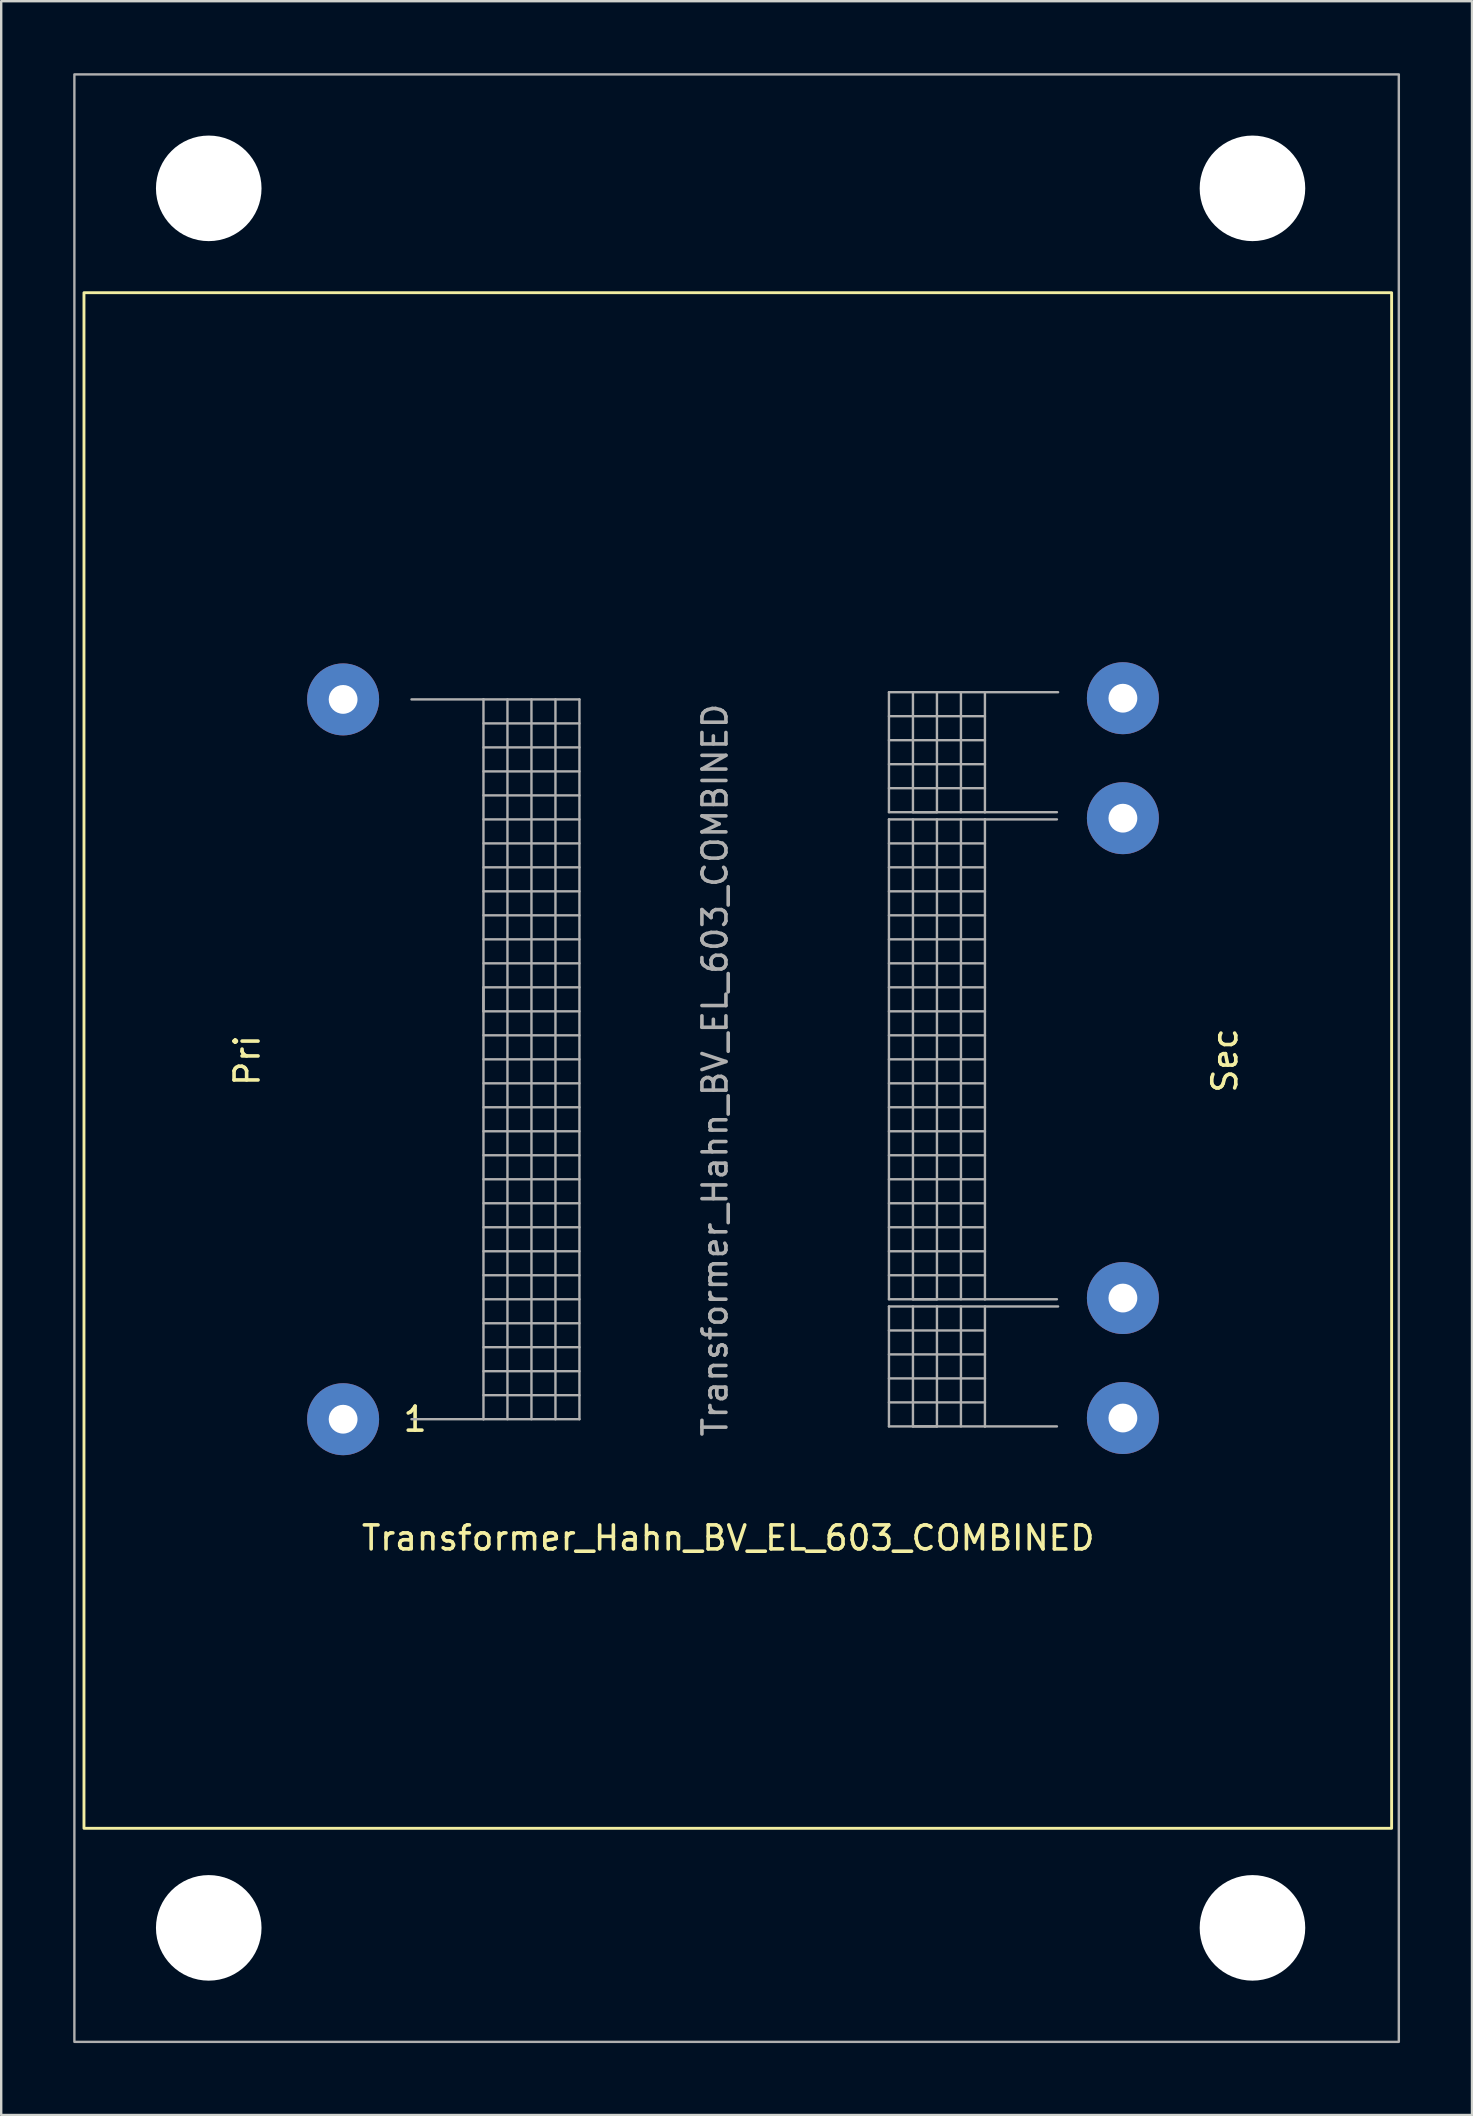
<source format=kicad_pcb>
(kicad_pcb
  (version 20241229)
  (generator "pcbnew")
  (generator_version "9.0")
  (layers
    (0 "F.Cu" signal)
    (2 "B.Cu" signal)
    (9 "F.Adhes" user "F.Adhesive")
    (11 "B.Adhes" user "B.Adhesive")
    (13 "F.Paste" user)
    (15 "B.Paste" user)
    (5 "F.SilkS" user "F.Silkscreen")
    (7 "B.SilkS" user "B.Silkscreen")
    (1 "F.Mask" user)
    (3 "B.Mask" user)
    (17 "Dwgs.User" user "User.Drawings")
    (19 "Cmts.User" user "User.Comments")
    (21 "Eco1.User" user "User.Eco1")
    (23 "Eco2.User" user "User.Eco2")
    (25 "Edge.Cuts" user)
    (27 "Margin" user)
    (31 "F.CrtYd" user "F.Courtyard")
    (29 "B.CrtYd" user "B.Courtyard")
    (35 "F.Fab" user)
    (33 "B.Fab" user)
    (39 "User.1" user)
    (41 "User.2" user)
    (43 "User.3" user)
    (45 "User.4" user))
  (footprint "Transformer_Hahn_BV_EL_603_COMBINED"
    (layer "F.Cu")
    (at 27.3 61.55)
    (property "Reference" "Transformer_Hahn_BV_EL_603_COMBINED" (at 0 -0.5 0) (unlocked yes) (layer "F.SilkS") (effects (font (size 1 1) (thickness 0.15))))
    (attr through_hole)
    (fp_rect (start -26.85 -52.4) (end 27.65 11.6) (stroke (width 0.12) (type default)) (fill no) (layer "F.SilkS"))
    (fp_line (start -13.2 -35.45) (end -10.2 -35.45) (stroke (width 0.1) (type solid)) (layer "F.Fab"))
    (fp_line (start -10.2 -35.45) (end -10.2 -5.45) (stroke (width 0.1) (type solid)) (layer "F.Fab"))
    (fp_line (start -10.2 -35.45) (end -6.2 -35.45) (stroke (width 0.1) (type solid)) (layer "F.Fab"))
    (fp_line (start -10.2 -34.45) (end -6.2 -34.45) (stroke (width 0.1) (type solid)) (layer "F.Fab"))
    (fp_line (start -10.2 -32.45) (end -6.2 -32.45) (stroke (width 0.1) (type solid)) (layer "F.Fab"))
    (fp_line (start -10.2 -30.45) (end -6.2 -30.45) (stroke (width 0.1) (type solid)) (layer "F.Fab"))
    (fp_line (start -10.2 -28.45) (end -6.2 -28.45) (stroke (width 0.1) (type solid)) (layer "F.Fab"))
    (fp_line (start -10.2 -26.45) (end -6.2 -26.45) (stroke (width 0.1) (type solid)) (layer "F.Fab"))
    (fp_line (start -10.2 -24.45) (end -6.2 -24.45) (stroke (width 0.1) (type solid)) (layer "F.Fab"))
    (fp_line (start -10.2 -23.45) (end -10.2 -22.45) (stroke (width 0.1) (type solid)) (layer "F.Fab"))
    (fp_line (start -10.2 -22.45) (end -6.2 -22.45) (stroke (width 0.1) (type solid)) (layer "F.Fab"))
    (fp_line (start -10.2 -20.45) (end -6.2 -20.45) (stroke (width 0.1) (type solid)) (layer "F.Fab"))
    (fp_line (start -10.2 -18.45) (end -6.2 -18.45) (stroke (width 0.1) (type solid)) (layer "F.Fab"))
    (fp_line (start -10.2 -16.45) (end -6.2 -16.45) (stroke (width 0.1) (type solid)) (layer "F.Fab"))
    (fp_line (start -10.2 -14.45) (end -6.2 -14.45) (stroke (width 0.1) (type solid)) (layer "F.Fab"))
    (fp_line (start -10.2 -12.45) (end -6.2 -12.45) (stroke (width 0.1) (type solid)) (layer "F.Fab"))
    (fp_line (start -10.2 -10.45) (end -6.2 -10.45) (stroke (width 0.1) (type solid)) (layer "F.Fab"))
    (fp_line (start -10.2 -8.45) (end -6.2 -8.45) (stroke (width 0.1) (type solid)) (layer "F.Fab"))
    (fp_line (start -10.2 -6.45) (end -6.2 -6.45) (stroke (width 0.1) (type solid)) (layer "F.Fab"))
    (fp_line (start -10.2 -5.45) (end -13.2 -5.45) (stroke (width 0.1) (type solid)) (layer "F.Fab"))
    (fp_line (start -9.2 -5.45) (end -9.2 -35.45) (stroke (width 0.1) (type solid)) (layer "F.Fab"))
    (fp_line (start -8.2 -35.45) (end -8.2 -5.45) (stroke (width 0.1) (type solid)) (layer "F.Fab"))
    (fp_line (start -7.2 -5.45) (end -7.2 -35.45) (stroke (width 0.1) (type solid)) (layer "F.Fab"))
    (fp_line (start -6.2 -35.45) (end -6.2 -5.45) (stroke (width 0.1) (type solid)) (layer "F.Fab"))
    (fp_line (start -6.2 -33.45) (end -10.2 -33.45) (stroke (width 0.1) (type solid)) (layer "F.Fab"))
    (fp_line (start -6.2 -31.45) (end -10.2 -31.45) (stroke (width 0.1) (type solid)) (layer "F.Fab"))
    (fp_line (start -6.2 -29.45) (end -10.2 -29.45) (stroke (width 0.1) (type solid)) (layer "F.Fab"))
    (fp_line (start -6.2 -27.45) (end -10.2 -27.45) (stroke (width 0.1) (type solid)) (layer "F.Fab"))
    (fp_line (start -6.2 -25.45) (end -10.2 -25.45) (stroke (width 0.1) (type solid)) (layer "F.Fab"))
    (fp_line (start -6.2 -23.45) (end -10.2 -23.45) (stroke (width 0.1) (type solid)) (layer "F.Fab"))
    (fp_line (start -6.2 -21.45) (end -10.2 -21.45) (stroke (width 0.1) (type solid)) (layer "F.Fab"))
    (fp_line (start -6.2 -19.45) (end -10.2 -19.45) (stroke (width 0.1) (type solid)) (layer "F.Fab"))
    (fp_line (start -6.2 -17.45) (end -10.2 -17.45) (stroke (width 0.1) (type solid)) (layer "F.Fab"))
    (fp_line (start -6.2 -15.45) (end -10.2 -15.45) (stroke (width 0.1) (type solid)) (layer "F.Fab"))
    (fp_line (start -6.2 -13.45) (end -10.2 -13.45) (stroke (width 0.1) (type solid)) (layer "F.Fab"))
    (fp_line (start -6.2 -11.45) (end -10.2 -11.45) (stroke (width 0.1) (type solid)) (layer "F.Fab"))
    (fp_line (start -6.2 -9.45) (end -10.2 -9.45) (stroke (width 0.1) (type solid)) (layer "F.Fab"))
    (fp_line (start -6.2 -7.45) (end -10.2 -7.45) (stroke (width 0.1) (type solid)) (layer "F.Fab"))
    (fp_line (start -6.2 -5.45) (end -10.2 -5.45) (stroke (width 0.1) (type solid)) (layer "F.Fab"))
    (fp_line (start 6.7 -35.75) (end 6.7 -30.75) (stroke (width 0.1) (type solid)) (layer "F.Fab"))
    (fp_line (start 6.7 -35.75) (end 10.7 -35.75) (stroke (width 0.1) (type solid)) (layer "F.Fab"))
    (fp_line (start 6.7 -33.75) (end 10.7 -33.75) (stroke (width 0.1) (type solid)) (layer "F.Fab"))
    (fp_line (start 6.7 -31.75) (end 10.7 -31.75) (stroke (width 0.1) (type solid)) (layer "F.Fab"))
    (fp_line (start 6.7 -30.75) (end 10.7 -30.75) (stroke (width 0.1) (type solid)) (layer "F.Fab"))
    (fp_line (start 6.7 -30.45) (end 6.7 -10.45) (stroke (width 0.1) (type solid)) (layer "F.Fab"))
    (fp_line (start 6.7 -29.45) (end 10.7 -29.45) (stroke (width 0.1) (type solid)) (layer "F.Fab"))
    (fp_line (start 6.7 -27.45) (end 10.7 -27.45) (stroke (width 0.1) (type solid)) (layer "F.Fab"))
    (fp_line (start 6.7 -25.45) (end 10.7 -25.45) (stroke (width 0.1) (type solid)) (layer "F.Fab"))
    (fp_line (start 6.7 -23.45) (end 10.7 -23.45) (stroke (width 0.1) (type solid)) (layer "F.Fab"))
    (fp_line (start 6.7 -21.45) (end 10.7 -21.45) (stroke (width 0.1) (type solid)) (layer "F.Fab"))
    (fp_line (start 6.7 -19.45) (end 10.7 -19.45) (stroke (width 0.1) (type solid)) (layer "F.Fab"))
    (fp_line (start 6.7 -17.45) (end 10.7 -17.45) (stroke (width 0.1) (type solid)) (layer "F.Fab"))
    (fp_line (start 6.7 -15.45) (end 10.7 -15.45) (stroke (width 0.1) (type solid)) (layer "F.Fab"))
    (fp_line (start 6.7 -13.45) (end 10.7 -13.45) (stroke (width 0.1) (type solid)) (layer "F.Fab"))
    (fp_line (start 6.7 -11.45) (end 10.7 -11.45) (stroke (width 0.1) (type solid)) (layer "F.Fab"))
    (fp_line (start 6.7 -10.45) (end 10.7 -10.45) (stroke (width 0.1) (type solid)) (layer "F.Fab"))
    (fp_line (start 6.7 -10.15) (end 6.7 -5.15) (stroke (width 0.1) (type solid)) (layer "F.Fab"))
    (fp_line (start 6.7 -10.15) (end 10.7 -10.15) (stroke (width 0.1) (type solid)) (layer "F.Fab"))
    (fp_line (start 6.7 -8.15) (end 10.7 -8.15) (stroke (width 0.1) (type solid)) (layer "F.Fab"))
    (fp_line (start 6.7 -6.15) (end 10.7 -6.15) (stroke (width 0.1) (type solid)) (layer "F.Fab"))
    (fp_line (start 6.7 -5.15) (end 10.7 -5.15) (stroke (width 0.1) (type solid)) (layer "F.Fab"))
    (fp_line (start 7.7 -30.75) (end 7.7 -35.75) (stroke (width 0.1) (type solid)) (layer "F.Fab"))
    (fp_line (start 7.7 -10.45) (end 7.7 -30.45) (stroke (width 0.1) (type solid)) (layer "F.Fab"))
    (fp_line (start 7.7 -5.15) (end 7.7 -10.15) (stroke (width 0.1) (type solid)) (layer "F.Fab"))
    (fp_line (start 8.7 -35.75) (end 8.7 -30.75) (stroke (width 0.1) (type solid)) (layer "F.Fab"))
    (fp_line (start 8.7 -30.75) (end 7.7 -30.75) (stroke (width 0.1) (type solid)) (layer "F.Fab"))
    (fp_line (start 8.7 -30.45) (end 8.7 -10.45) (stroke (width 0.1) (type solid)) (layer "F.Fab"))
    (fp_line (start 8.7 -10.45) (end 7.7 -10.45) (stroke (width 0.1) (type solid)) (layer "F.Fab"))
    (fp_line (start 8.7 -10.15) (end 8.7 -5.15) (stroke (width 0.1) (type solid)) (layer "F.Fab"))
    (fp_line (start 8.7 -5.15) (end 7.7 -5.15) (stroke (width 0.1) (type solid)) (layer "F.Fab"))
    (fp_line (start 9.7 -30.75) (end 9.7 -35.75) (stroke (width 0.1) (type solid)) (layer "F.Fab"))
    (fp_line (start 9.7 -10.45) (end 9.7 -30.45) (stroke (width 0.1) (type solid)) (layer "F.Fab"))
    (fp_line (start 9.7 -5.15) (end 9.7 -10.15) (stroke (width 0.1) (type solid)) (layer "F.Fab"))
    (fp_line (start 10.7 -35.75) (end 10.7 -30.75) (stroke (width 0.1) (type solid)) (layer "F.Fab"))
    (fp_line (start 10.7 -34.75) (end 6.7 -34.75) (stroke (width 0.1) (type solid)) (layer "F.Fab"))
    (fp_line (start 10.7 -32.75) (end 6.7 -32.75) (stroke (width 0.1) (type solid)) (layer "F.Fab"))
    (fp_line (start 10.7 -30.75) (end 13.7 -30.75) (stroke (width 0.1) (type solid)) (layer "F.Fab"))
    (fp_line (start 10.7 -30.45) (end 6.7 -30.45) (stroke (width 0.1) (type solid)) (layer "F.Fab"))
    (fp_line (start 10.7 -30.45) (end 10.7 -10.45) (stroke (width 0.1) (type solid)) (layer "F.Fab"))
    (fp_line (start 10.7 -28.45) (end 6.7 -28.45) (stroke (width 0.1) (type solid)) (layer "F.Fab"))
    (fp_line (start 10.7 -26.45) (end 6.7 -26.45) (stroke (width 0.1) (type solid)) (layer "F.Fab"))
    (fp_line (start 10.7 -24.45) (end 6.7 -24.45) (stroke (width 0.1) (type solid)) (layer "F.Fab"))
    (fp_line (start 10.7 -22.45) (end 6.7 -22.45) (stroke (width 0.1) (type solid)) (layer "F.Fab"))
    (fp_line (start 10.7 -20.45) (end 6.7 -20.45) (stroke (width 0.1) (type solid)) (layer "F.Fab"))
    (fp_line (start 10.7 -18.45) (end 6.7 -18.45) (stroke (width 0.1) (type solid)) (layer "F.Fab"))
    (fp_line (start 10.7 -16.45) (end 6.7 -16.45) (stroke (width 0.1) (type solid)) (layer "F.Fab"))
    (fp_line (start 10.7 -14.45) (end 6.7 -14.45) (stroke (width 0.1) (type solid)) (layer "F.Fab"))
    (fp_line (start 10.7 -12.45) (end 6.7 -12.45) (stroke (width 0.1) (type solid)) (layer "F.Fab"))
    (fp_line (start 10.7 -10.45) (end 13.7 -10.45) (stroke (width 0.1) (type solid)) (layer "F.Fab"))
    (fp_line (start 10.7 -10.15) (end 10.7 -5.15) (stroke (width 0.1) (type solid)) (layer "F.Fab"))
    (fp_line (start 10.7 -9.15) (end 6.7 -9.15) (stroke (width 0.1) (type solid)) (layer "F.Fab"))
    (fp_line (start 10.7 -7.15) (end 6.7 -7.15) (stroke (width 0.1) (type solid)) (layer "F.Fab"))
    (fp_line (start 10.7 -5.15) (end 13.7 -5.15) (stroke (width 0.1) (type solid)) (layer "F.Fab"))
    (fp_line (start 13.7 -30.45) (end 10.7 -30.45) (stroke (width 0.1) (type solid)) (layer "F.Fab"))
    (fp_line (start 13.75 -35.75) (end 10.75 -35.75) (stroke (width 0.1) (type solid)) (layer "F.Fab"))
    (fp_line (start 13.75 -10.15) (end 10.75 -10.15) (stroke (width 0.1) (type solid)) (layer "F.Fab"))
    (fp_rect (start -27.25 -61.5) (end 27.95 20.5) (stroke (width 0.1) (type default)) (fill no) (layer "F.Fab"))
    (fp_text user "Pri" (at -20.05 -20.4 90) (layer "F.SilkS") (effects (font (size 1 1) (thickness 0.15))))
    (fp_text user "Sec" (at 20.7 -20.4 90) (layer "F.SilkS") (effects (font (size 1 1) (thickness 0.15))))
    (fp_text user "1" (at -13.05 -5.45 0) (layer "F.SilkS") (effects (font (size 1 1) (thickness 0.15))))
    (fp_text user "${REFERENCE}" (at -0.55 -20 90) (layer "F.Fab") (effects (font (size 1 1) (thickness 0.15))))
    (pad "" np_thru_hole circle (at -21.65 -56.75) (size 4.4 4.4) (drill 4.4) (layers "*.Cu" "*.Mask"))
    (pad "" np_thru_hole circle (at -21.65 15.75) (size 4.4 4.4) (drill 4.4) (layers "*.Cu" "*.Mask"))
    (pad "" np_thru_hole circle (at 21.85 -56.75) (size 4.4 4.4) (drill 4.4) (layers "*.Cu" "*.Mask"))
    (pad "" np_thru_hole circle (at 21.85 15.75) (size 4.4 4.4) (drill 4.4) (layers "*.Cu" "*.Mask"))
    (pad "1" thru_hole circle (at -16.05 -5.45) (size 3 3) (drill 1.2) (layers "*.Cu" "*.Mask"))
    (pad "7" thru_hole circle (at -16.05 -35.45) (size 3 3) (drill 1.2) (layers "*.Cu" "*.Mask"))
    (pad "8" thru_hole circle (at 16.45 -35.5) (size 3 3) (drill 1.2) (layers "*.Cu" "*.Mask"))
    (pad "9" thru_hole circle (at 16.45 -30.5) (size 3 3) (drill 1.2) (layers "*.Cu" "*.Mask"))
    (pad "13" thru_hole circle (at 16.45 -10.5) (size 3 3) (drill 1.2) (layers "*.Cu" "*.Mask"))
    (pad "14" thru_hole circle (at 16.45 -5.5) (size 3 3) (drill 1.2) (layers "*.Cu" "*.Mask")))
  (gr_rect
    (start -3 -3)
    (end 58.3 85.1)
    (stroke (width 0.1) (type default))
    (fill no)
    (layer "Edge.Cuts")))
</source>
